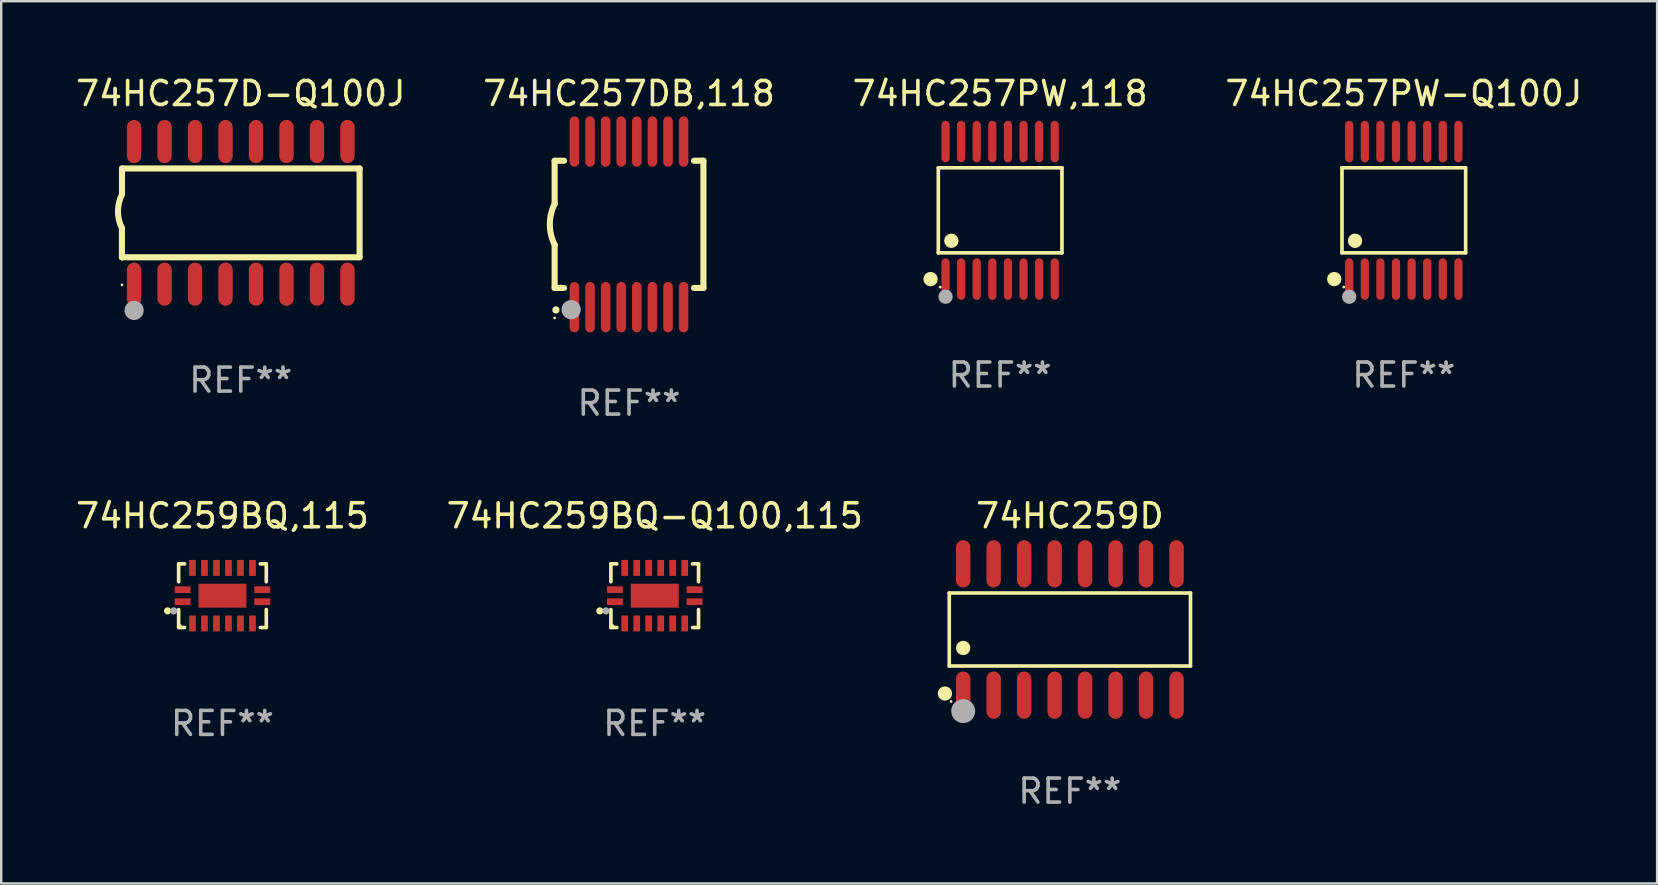
<source format=kicad_pcb>
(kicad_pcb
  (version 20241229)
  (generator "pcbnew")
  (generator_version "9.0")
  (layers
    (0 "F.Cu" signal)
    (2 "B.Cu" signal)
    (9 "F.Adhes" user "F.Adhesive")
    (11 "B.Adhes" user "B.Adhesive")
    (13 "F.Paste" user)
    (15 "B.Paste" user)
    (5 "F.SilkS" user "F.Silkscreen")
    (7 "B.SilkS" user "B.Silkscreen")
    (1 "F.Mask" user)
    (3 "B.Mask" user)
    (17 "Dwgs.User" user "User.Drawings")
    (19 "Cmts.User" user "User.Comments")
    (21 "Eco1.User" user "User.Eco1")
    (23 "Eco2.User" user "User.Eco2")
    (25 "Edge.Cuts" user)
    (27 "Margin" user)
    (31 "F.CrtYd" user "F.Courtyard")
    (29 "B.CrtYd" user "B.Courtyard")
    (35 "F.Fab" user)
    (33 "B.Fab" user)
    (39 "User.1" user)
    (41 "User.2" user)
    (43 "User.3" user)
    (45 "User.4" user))
  (footprint "74HC259D"
    (layer "F.Cu")
    (at 41.531 23.181)
    (property "Reference" "74HC259D" (at 0 -4.736 0) (layer "F.SilkS") (effects (font (size 1 1) (thickness 0.15))))
    (attr through_hole)
    (fp_line (start -5.026 -1.521) (end 5.026 -1.521) (stroke (width 0.152) (type solid)) (layer "F.SilkS"))
    (fp_line (start -5.026 1.521) (end -5.026 -1.521) (stroke (width 0.152) (type solid)) (layer "F.SilkS"))
    (fp_line (start 5.026 -1.521) (end 5.026 1.521) (stroke (width 0.152) (type solid)) (layer "F.SilkS"))
    (fp_line (start 5.026 1.521) (end -5.026 1.521) (stroke (width 0.152) (type solid)) (layer "F.SilkS"))
    (fp_circle (center -5.207 2.667) (end -5.057 2.667) (stroke (width 0.3) (type solid)) (fill no) (layer "F.SilkS"))
    (fp_circle (center -4.95 3) (end -4.92 3) (stroke (width 0.06) (type solid)) (fill no) (layer "F.SilkS"))
    (fp_circle (center -4.445 0.769) (end -4.295 0.769) (stroke (width 0.3) (type solid)) (fill no) (layer "F.SilkS"))
    (fp_circle (center -4.445 3.4) (end -4.195 3.4) (stroke (width 0.5) (type solid)) (fill no) (layer "F.Fab"))
    (fp_text user "REF**" (at 0 6.736 0) (layer "F.Fab") (effects (font (size 1 1) (thickness 0.15))))
    (pad "1" smd oval (at -4.445 2.736) (size 0.602 1.971) (layers "F.Cu" "F.Mask" "F.Paste"))
    (pad "2" smd oval (at -3.175 2.736) (size 0.602 1.971) (layers "F.Cu" "F.Mask" "F.Paste"))
    (pad "3" smd oval (at -1.905 2.736) (size 0.602 1.971) (layers "F.Cu" "F.Mask" "F.Paste"))
    (pad "4" smd oval (at -0.635 2.736) (size 0.602 1.971) (layers "F.Cu" "F.Mask" "F.Paste"))
    (pad "5" smd oval (at 0.635 2.736) (size 0.602 1.971) (layers "F.Cu" "F.Mask" "F.Paste"))
    (pad "6" smd oval (at 1.905 2.736) (size 0.602 1.971) (layers "F.Cu" "F.Mask" "F.Paste"))
    (pad "7" smd oval (at 3.175 2.736) (size 0.602 1.971) (layers "F.Cu" "F.Mask" "F.Paste"))
    (pad "8" smd oval (at 4.445 2.736) (size 0.602 1.971) (layers "F.Cu" "F.Mask" "F.Paste"))
    (pad "9" smd oval (at 4.445 -2.736) (size 0.602 1.971) (layers "F.Cu" "F.Mask" "F.Paste"))
    (pad "10" smd oval (at 3.175 -2.736) (size 0.602 1.971) (layers "F.Cu" "F.Mask" "F.Paste"))
    (pad "11" smd oval (at 1.905 -2.736) (size 0.602 1.971) (layers "F.Cu" "F.Mask" "F.Paste"))
    (pad "12" smd oval (at 0.635 -2.736) (size 0.602 1.971) (layers "F.Cu" "F.Mask" "F.Paste"))
    (pad "13" smd oval (at -0.635 -2.736) (size 0.602 1.971) (layers "F.Cu" "F.Mask" "F.Paste"))
    (pad "14" smd oval (at -1.905 -2.736) (size 0.602 1.971) (layers "F.Cu" "F.Mask" "F.Paste"))
    (pad "15" smd oval (at -3.175 -2.736) (size 0.602 1.971) (layers "F.Cu" "F.Mask" "F.Paste"))
    (pad "16" smd oval (at -4.445 -2.736) (size 0.602 1.971) (layers "F.Cu" "F.Mask" "F.Paste")))
  (footprint "74HC257PW-Q100J"
    (layer "F.Cu")
    (at 55.446 5.714)
    (property "Reference" "74HC257PW-Q100J" (at 0 -4.866 0) (layer "F.SilkS") (effects (font (size 1 1) (thickness 0.15))))
    (attr through_hole)
    (fp_line (start -2.576 -1.772) (end 2.576 -1.772) (stroke (width 0.152) (type solid)) (layer "F.SilkS"))
    (fp_line (start -2.576 1.771) (end -2.576 -1.772) (stroke (width 0.152) (type solid)) (layer "F.SilkS"))
    (fp_line (start 2.576 -1.772) (end 2.576 1.771) (stroke (width 0.152) (type solid)) (layer "F.SilkS"))
    (fp_line (start 2.576 1.771) (end -2.576 1.771) (stroke (width 0.152) (type solid)) (layer "F.SilkS"))
    (fp_circle (center -2.899 2.866) (end -2.749 2.866) (stroke (width 0.3) (type solid)) (fill no) (layer "F.SilkS"))
    (fp_circle (center -2.5 3.2) (end -2.47 3.2) (stroke (width 0.06) (type solid)) (fill no) (layer "F.SilkS"))
    (fp_circle (center -2.032 1.27) (end -1.882 1.27) (stroke (width 0.3) (type solid)) (fill no) (layer "F.SilkS"))
    (fp_circle (center -2.275 3.6) (end -2.125 3.6) (stroke (width 0.3) (type solid)) (fill no) (layer "F.Fab"))
    (fp_text user "REF**" (at 0 6.866 0) (layer "F.Fab") (effects (font (size 1 1) (thickness 0.15))))
    (pad "1" smd oval (at -2.275 2.866) (size 0.343 1.731) (layers "F.Cu" "F.Mask" "F.Paste"))
    (pad "2" smd oval (at -1.625 2.866) (size 0.343 1.731) (layers "F.Cu" "F.Mask" "F.Paste"))
    (pad "3" smd oval (at -0.975 2.866) (size 0.343 1.731) (layers "F.Cu" "F.Mask" "F.Paste"))
    (pad "4" smd oval (at -0.325 2.866) (size 0.343 1.731) (layers "F.Cu" "F.Mask" "F.Paste"))
    (pad "5" smd oval (at 0.325 2.866) (size 0.343 1.731) (layers "F.Cu" "F.Mask" "F.Paste"))
    (pad "6" smd oval (at 0.975 2.866) (size 0.343 1.731) (layers "F.Cu" "F.Mask" "F.Paste"))
    (pad "7" smd oval (at 1.625 2.866) (size 0.343 1.731) (layers "F.Cu" "F.Mask" "F.Paste"))
    (pad "8" smd oval (at 2.275 2.866) (size 0.343 1.731) (layers "F.Cu" "F.Mask" "F.Paste"))
    (pad "9" smd oval (at 2.275 -2.866) (size 0.343 1.731) (layers "F.Cu" "F.Mask" "F.Paste"))
    (pad "10" smd oval (at 1.625 -2.866) (size 0.343 1.731) (layers "F.Cu" "F.Mask" "F.Paste"))
    (pad "11" smd oval (at 0.975 -2.866) (size 0.343 1.731) (layers "F.Cu" "F.Mask" "F.Paste"))
    (pad "12" smd oval (at 0.325 -2.866) (size 0.343 1.731) (layers "F.Cu" "F.Mask" "F.Paste"))
    (pad "13" smd oval (at -0.325 -2.866) (size 0.343 1.731) (layers "F.Cu" "F.Mask" "F.Paste"))
    (pad "14" smd oval (at -0.975 -2.866) (size 0.343 1.731) (layers "F.Cu" "F.Mask" "F.Paste"))
    (pad "15" smd oval (at -1.625 -2.866) (size 0.343 1.731) (layers "F.Cu" "F.Mask" "F.Paste"))
    (pad "16" smd oval (at -2.275 -2.866) (size 0.343 1.731) (layers "F.Cu" "F.Mask" "F.Paste")))
  (footprint "74HC259BQ-Q100,115"
    (layer "F.Cu")
    (at 24.232 21.771)
    (property "Reference" "74HC259BQ-Q100,115" (at 0 -3.326 0) (layer "F.SilkS") (effects (font (size 1 1) (thickness 0.15))))
    (attr through_hole)
    (fp_line (start -1.826 -1.326) (end -1.58 -1.326) (stroke (width 0.152) (type solid)) (layer "F.SilkS"))
    (fp_line (start -1.826 -0.58) (end -1.826 -1.326) (stroke (width 0.152) (type solid)) (layer "F.SilkS"))
    (fp_line (start -1.826 0.58) (end -1.826 1.326) (stroke (width 0.152) (type solid)) (layer "F.SilkS"))
    (fp_line (start -1.826 1.326) (end -1.58 1.326) (stroke (width 0.152) (type solid)) (layer "F.SilkS"))
    (fp_line (start 1.826 -1.326) (end 1.58 -1.326) (stroke (width 0.152) (type solid)) (layer "F.SilkS"))
    (fp_line (start 1.826 -0.58) (end 1.826 -1.326) (stroke (width 0.152) (type solid)) (layer "F.SilkS"))
    (fp_line (start 1.826 0.58) (end 1.826 1.326) (stroke (width 0.152) (type solid)) (layer "F.SilkS"))
    (fp_line (start 1.826 1.326) (end 1.58 1.326) (stroke (width 0.152) (type solid)) (layer "F.SilkS"))
    (fp_circle (center -2.286 0.635) (end -2.211 0.635) (stroke (width 0.15) (type solid)) (fill no) (layer "F.SilkS"))
    (fp_circle (center -1.75 1.25) (end -1.72 1.25) (stroke (width 0.06) (type solid)) (fill no) (layer "F.SilkS"))
    (fp_circle (center -2.032 0.635) (end -1.957 0.635) (stroke (width 0.15) (type solid)) (fill no) (layer "F.Fab"))
    (fp_text user "REF**" (at 0 5.326 0) (layer "F.Fab") (effects (font (size 1 1) (thickness 0.15))))
    (pad "1" smd rect (at -1.658 0.25) (size 0.665 0.28) (layers "F.Cu" "F.Mask" "F.Paste"))
    (pad "2" smd rect (at -1.25 1.157) (size 0.28 0.665) (layers "F.Cu" "F.Mask" "F.Paste"))
    (pad "3" smd rect (at -0.75 1.157) (size 0.28 0.665) (layers "F.Cu" "F.Mask" "F.Paste"))
    (pad "4" smd rect (at -0.25 1.157) (size 0.28 0.665) (layers "F.Cu" "F.Mask" "F.Paste"))
    (pad "5" smd rect (at 0.25 1.157) (size 0.28 0.665) (layers "F.Cu" "F.Mask" "F.Paste"))
    (pad "6" smd rect (at 0.75 1.157) (size 0.28 0.665) (layers "F.Cu" "F.Mask" "F.Paste"))
    (pad "7" smd rect (at 1.25 1.157) (size 0.28 0.665) (layers "F.Cu" "F.Mask" "F.Paste"))
    (pad "8" smd rect (at 1.658 0.25) (size 0.665 0.28) (layers "F.Cu" "F.Mask" "F.Paste"))
    (pad "9" smd rect (at 1.658 -0.25) (size 0.665 0.28) (layers "F.Cu" "F.Mask" "F.Paste"))
    (pad "10" smd rect (at 1.25 -1.157) (size 0.28 0.665) (layers "F.Cu" "F.Mask" "F.Paste"))
    (pad "11" smd rect (at 0.75 -1.157) (size 0.28 0.665) (layers "F.Cu" "F.Mask" "F.Paste"))
    (pad "12" smd rect (at 0.25 -1.157) (size 0.28 0.665) (layers "F.Cu" "F.Mask" "F.Paste"))
    (pad "13" smd rect (at -0.25 -1.157) (size 0.28 0.665) (layers "F.Cu" "F.Mask" "F.Paste"))
    (pad "14" smd rect (at -0.75 -1.157) (size 0.28 0.665) (layers "F.Cu" "F.Mask" "F.Paste"))
    (pad "15" smd rect (at -1.25 -1.157) (size 0.28 0.665) (layers "F.Cu" "F.Mask" "F.Paste"))
    (pad "16" smd rect (at -1.658 -0.25) (size 0.665 0.28) (layers "F.Cu" "F.Mask" "F.Paste"))
    (pad "17" smd rect (at 0 0) (size 2 1) (layers "F.Cu" "F.Mask" "F.Paste")))
  (footprint "74HC257D-Q100J"
    (layer "F.Cu")
    (at 6.982 5.82)
    (property "Reference" "74HC257D-Q100J" (at 0 -4.972 0) (layer "F.SilkS") (effects (font (size 1 1) (thickness 0.15))))
    (attr through_hole)
    (fp_line (start -4.952 0.635) (end -4.952 1.85) (stroke (width 0.254) (type solid)) (layer "F.SilkS"))
    (fp_line (start -4.952 1.85) (end -4.949 1.85) (stroke (width 0.254) (type solid)) (layer "F.SilkS"))
    (fp_line (start -4.949 -1.85) (end -4.949 -0.762) (stroke (width 0.254) (type solid)) (layer "F.SilkS"))
    (fp_line (start -4.949 1.85) (end 4.952 1.85) (stroke (width 0.254) (type solid)) (layer "F.SilkS"))
    (fp_line (start 4.952 -1.85) (end -4.949 -1.85) (stroke (width 0.254) (type solid)) (layer "F.SilkS"))
    (fp_line (start 4.952 1.85) (end 4.952 -1.85) (stroke (width 0.254) (type solid)) (layer "F.SilkS"))
    (fp_arc (start -4.951524 0.635001) (mid -5.116418 -0.0635) (end -4.951524 -0.762002) (stroke (width 0.254001) (type solid)) (layer "F.SilkS"))
    (fp_circle (center -4.949 3) (end -4.919 3) (stroke (width 0.06) (type solid)) (fill no) (layer "F.SilkS"))
    (fp_circle (center -4.444 4.064) (end -4.244 4.064) (stroke (width 0.4) (type solid)) (fill no) (layer "F.Fab"))
    (fp_text user "REF**" (at 0 6.972 0) (layer "F.Fab") (effects (font (size 1 1) (thickness 0.15))))
    (pad "1" smd oval (at -4.444 2.972 180) (size 0.6 1.8) (layers "F.Cu" "F.Mask" "F.Paste"))
    (pad "2" smd oval (at -3.174 2.972 180) (size 0.6 1.8) (layers "F.Cu" "F.Mask" "F.Paste"))
    (pad "3" smd oval (at -1.904 2.972 180) (size 0.6 1.8) (layers "F.Cu" "F.Mask" "F.Paste"))
    (pad "4" smd oval (at -0.634 2.972 180) (size 0.6 1.8) (layers "F.Cu" "F.Mask" "F.Paste"))
    (pad "5" smd oval (at 0.636 2.972 180) (size 0.6 1.8) (layers "F.Cu" "F.Mask" "F.Paste"))
    (pad "6" smd oval (at 1.906 2.972 180) (size 0.6 1.8) (layers "F.Cu" "F.Mask" "F.Paste"))
    (pad "7" smd oval (at 3.176 2.972 180) (size 0.6 1.8) (layers "F.Cu" "F.Mask" "F.Paste"))
    (pad "8" smd oval (at 4.446 2.972 180) (size 0.6 1.8) (layers "F.Cu" "F.Mask" "F.Paste"))
    (pad "9" smd oval (at 4.446 -2.972 180) (size 0.6 1.8) (layers "F.Cu" "F.Mask" "F.Paste"))
    (pad "10" smd oval (at 3.176 -2.972 180) (size 0.6 1.8) (layers "F.Cu" "F.Mask" "F.Paste"))
    (pad "11" smd oval (at 1.906 -2.972 180) (size 0.6 1.8) (layers "F.Cu" "F.Mask" "F.Paste"))
    (pad "12" smd oval (at 0.636 -2.972 180) (size 0.6 1.8) (layers "F.Cu" "F.Mask" "F.Paste"))
    (pad "13" smd oval (at -0.634 -2.972 180) (size 0.6 1.8) (layers "F.Cu" "F.Mask" "F.Paste"))
    (pad "14" smd oval (at -1.904 -2.972 180) (size 0.6 1.8) (layers "F.Cu" "F.Mask" "F.Paste"))
    (pad "15" smd oval (at -3.174 -2.972 180) (size 0.6 1.8) (layers "F.Cu" "F.Mask" "F.Paste"))
    (pad "16" smd oval (at -4.444 -2.972 180) (size 0.6 1.8) (layers "F.Cu" "F.Mask" "F.Paste")))
  (footprint "74HC257PW,118"
    (layer "F.Cu")
    (at 38.625 5.714)
    (property "Reference" "74HC257PW,118" (at 0 -4.866 0) (layer "F.SilkS") (effects (font (size 1 1) (thickness 0.15))))
    (attr through_hole)
    (fp_line (start -2.576 -1.772) (end 2.576 -1.772) (stroke (width 0.152) (type solid)) (layer "F.SilkS"))
    (fp_line (start -2.576 1.771) (end -2.576 -1.772) (stroke (width 0.152) (type solid)) (layer "F.SilkS"))
    (fp_line (start 2.576 -1.772) (end 2.576 1.771) (stroke (width 0.152) (type solid)) (layer "F.SilkS"))
    (fp_line (start 2.576 1.771) (end -2.576 1.771) (stroke (width 0.152) (type solid)) (layer "F.SilkS"))
    (fp_circle (center -2.899 2.866) (end -2.749 2.866) (stroke (width 0.3) (type solid)) (fill no) (layer "F.SilkS"))
    (fp_circle (center -2.5 3.2) (end -2.47 3.2) (stroke (width 0.06) (type solid)) (fill no) (layer "F.SilkS"))
    (fp_circle (center -2.032 1.27) (end -1.882 1.27) (stroke (width 0.3) (type solid)) (fill no) (layer "F.SilkS"))
    (fp_circle (center -2.275 3.6) (end -2.125 3.6) (stroke (width 0.3) (type solid)) (fill no) (layer "F.Fab"))
    (fp_text user "REF**" (at 0 6.866 0) (layer "F.Fab") (effects (font (size 1 1) (thickness 0.15))))
    (pad "1" smd oval (at -2.275 2.866) (size 0.343 1.731) (layers "F.Cu" "F.Mask" "F.Paste"))
    (pad "2" smd oval (at -1.625 2.866) (size 0.343 1.731) (layers "F.Cu" "F.Mask" "F.Paste"))
    (pad "3" smd oval (at -0.975 2.866) (size 0.343 1.731) (layers "F.Cu" "F.Mask" "F.Paste"))
    (pad "4" smd oval (at -0.325 2.866) (size 0.343 1.731) (layers "F.Cu" "F.Mask" "F.Paste"))
    (pad "5" smd oval (at 0.325 2.866) (size 0.343 1.731) (layers "F.Cu" "F.Mask" "F.Paste"))
    (pad "6" smd oval (at 0.975 2.866) (size 0.343 1.731) (layers "F.Cu" "F.Mask" "F.Paste"))
    (pad "7" smd oval (at 1.625 2.866) (size 0.343 1.731) (layers "F.Cu" "F.Mask" "F.Paste"))
    (pad "8" smd oval (at 2.275 2.866) (size 0.343 1.731) (layers "F.Cu" "F.Mask" "F.Paste"))
    (pad "9" smd oval (at 2.275 -2.866) (size 0.343 1.731) (layers "F.Cu" "F.Mask" "F.Paste"))
    (pad "10" smd oval (at 1.625 -2.866) (size 0.343 1.731) (layers "F.Cu" "F.Mask" "F.Paste"))
    (pad "11" smd oval (at 0.975 -2.866) (size 0.343 1.731) (layers "F.Cu" "F.Mask" "F.Paste"))
    (pad "12" smd oval (at 0.325 -2.866) (size 0.343 1.731) (layers "F.Cu" "F.Mask" "F.Paste"))
    (pad "13" smd oval (at -0.325 -2.866) (size 0.343 1.731) (layers "F.Cu" "F.Mask" "F.Paste"))
    (pad "14" smd oval (at -0.975 -2.866) (size 0.343 1.731) (layers "F.Cu" "F.Mask" "F.Paste"))
    (pad "15" smd oval (at -1.625 -2.866) (size 0.343 1.731) (layers "F.Cu" "F.Mask" "F.Paste"))
    (pad "16" smd oval (at -2.275 -2.866) (size 0.343 1.731) (layers "F.Cu" "F.Mask" "F.Paste")))
  (footprint "74HC259BQ,115"
    (layer "F.Cu")
    (at 6.22 21.771)
    (property "Reference" "74HC259BQ,115" (at 0 -3.326 0) (layer "F.SilkS") (effects (font (size 1 1) (thickness 0.15))))
    (attr through_hole)
    (fp_line (start -1.826 -1.326) (end -1.58 -1.326) (stroke (width 0.152) (type solid)) (layer "F.SilkS"))
    (fp_line (start -1.826 -0.58) (end -1.826 -1.326) (stroke (width 0.152) (type solid)) (layer "F.SilkS"))
    (fp_line (start -1.826 0.58) (end -1.826 1.326) (stroke (width 0.152) (type solid)) (layer "F.SilkS"))
    (fp_line (start -1.826 1.326) (end -1.58 1.326) (stroke (width 0.152) (type solid)) (layer "F.SilkS"))
    (fp_line (start 1.826 -1.326) (end 1.58 -1.326) (stroke (width 0.152) (type solid)) (layer "F.SilkS"))
    (fp_line (start 1.826 -0.58) (end 1.826 -1.326) (stroke (width 0.152) (type solid)) (layer "F.SilkS"))
    (fp_line (start 1.826 0.58) (end 1.826 1.326) (stroke (width 0.152) (type solid)) (layer "F.SilkS"))
    (fp_line (start 1.826 1.326) (end 1.58 1.326) (stroke (width 0.152) (type solid)) (layer "F.SilkS"))
    (fp_circle (center -2.286 0.635) (end -2.211 0.635) (stroke (width 0.15) (type solid)) (fill no) (layer "F.SilkS"))
    (fp_circle (center -1.75 1.25) (end -1.72 1.25) (stroke (width 0.06) (type solid)) (fill no) (layer "F.SilkS"))
    (fp_circle (center -2.032 0.635) (end -1.957 0.635) (stroke (width 0.15) (type solid)) (fill no) (layer "F.Fab"))
    (fp_text user "REF**" (at 0 5.326 0) (layer "F.Fab") (effects (font (size 1 1) (thickness 0.15))))
    (pad "1" smd rect (at -1.658 0.25) (size 0.665 0.28) (layers "F.Cu" "F.Mask" "F.Paste"))
    (pad "2" smd rect (at -1.25 1.157) (size 0.28 0.665) (layers "F.Cu" "F.Mask" "F.Paste"))
    (pad "3" smd rect (at -0.75 1.157) (size 0.28 0.665) (layers "F.Cu" "F.Mask" "F.Paste"))
    (pad "4" smd rect (at -0.25 1.157) (size 0.28 0.665) (layers "F.Cu" "F.Mask" "F.Paste"))
    (pad "5" smd rect (at 0.25 1.157) (size 0.28 0.665) (layers "F.Cu" "F.Mask" "F.Paste"))
    (pad "6" smd rect (at 0.75 1.157) (size 0.28 0.665) (layers "F.Cu" "F.Mask" "F.Paste"))
    (pad "7" smd rect (at 1.25 1.157) (size 0.28 0.665) (layers "F.Cu" "F.Mask" "F.Paste"))
    (pad "8" smd rect (at 1.658 0.25) (size 0.665 0.28) (layers "F.Cu" "F.Mask" "F.Paste"))
    (pad "9" smd rect (at 1.658 -0.25) (size 0.665 0.28) (layers "F.Cu" "F.Mask" "F.Paste"))
    (pad "10" smd rect (at 1.25 -1.157) (size 0.28 0.665) (layers "F.Cu" "F.Mask" "F.Paste"))
    (pad "11" smd rect (at 0.75 -1.157) (size 0.28 0.665) (layers "F.Cu" "F.Mask" "F.Paste"))
    (pad "12" smd rect (at 0.25 -1.157) (size 0.28 0.665) (layers "F.Cu" "F.Mask" "F.Paste"))
    (pad "13" smd rect (at -0.25 -1.157) (size 0.28 0.665) (layers "F.Cu" "F.Mask" "F.Paste"))
    (pad "14" smd rect (at -0.75 -1.157) (size 0.28 0.665) (layers "F.Cu" "F.Mask" "F.Paste"))
    (pad "15" smd rect (at -1.25 -1.157) (size 0.28 0.665) (layers "F.Cu" "F.Mask" "F.Paste"))
    (pad "16" smd rect (at -1.658 -0.25) (size 0.665 0.28) (layers "F.Cu" "F.Mask" "F.Paste"))
    (pad "17" smd rect (at 0 0) (size 2 1) (layers "F.Cu" "F.Mask" "F.Paste")))
  (footprint "74HC257DB,118"
    (layer "F.Cu")
    (at 23.161 6.298)
    (property "Reference" "74HC257DB,118" (at 0 -5.45 0) (layer "F.SilkS") (effects (font (size 1 1) (thickness 0.15))))
    (attr through_hole)
    (fp_line (start -3.1 -2.65) (end -3.1 -0.85) (stroke (width 0.254) (type solid)) (layer "F.SilkS"))
    (fp_line (start -3.1 -2.65) (end -2.706 -2.65) (stroke (width 0.254) (type solid)) (layer "F.SilkS"))
    (fp_line (start -3.1 2.65) (end -3.1 0.85) (stroke (width 0.254) (type solid)) (layer "F.SilkS"))
    (fp_line (start -3.1 2.65) (end -2.706 2.65) (stroke (width 0.254) (type solid)) (layer "F.SilkS"))
    (fp_line (start 2.706 -2.65) (end 3.1 -2.65) (stroke (width 0.254) (type solid)) (layer "F.SilkS"))
    (fp_line (start 2.706 2.65) (end 3.1 2.65) (stroke (width 0.254) (type solid)) (layer "F.SilkS"))
    (fp_line (start 3.1 -2.65) (end 3.1 2.65) (stroke (width 0.254) (type solid)) (layer "F.SilkS"))
    (fp_arc (start -3.098907 0.850902) (mid -3.300057 0.000523) (end -3.1 -0.850114) (stroke (width 0.254001) (type solid)) (layer "F.SilkS"))
    (fp_arc (start -3.048006 3.566066) (mid -3.046736 3.566061) (end -3.045466 3.566066) (stroke (width 0.3) (type solid)) (layer "F.SilkS"))
    (fp_circle (center -3.1 3.9) (end -3.07 3.9) (stroke (width 0.06) (type solid)) (fill no) (layer "F.SilkS"))
    (fp_circle (center -2.413 3.556) (end -2.213 3.556) (stroke (width 0.4) (type solid)) (fill no) (layer "F.Fab"))
    (fp_text user "REF**" (at 0 7.45 0) (layer "F.Fab") (effects (font (size 1 1) (thickness 0.15))))
    (pad "1" smd oval (at -2.275 3.45 180) (size 0.4 2.1) (layers "F.Cu" "F.Mask" "F.Paste"))
    (pad "2" smd oval (at -1.625 3.45 180) (size 0.4 2.1) (layers "F.Cu" "F.Mask" "F.Paste"))
    (pad "3" smd oval (at -0.975 3.45 180) (size 0.4 2.1) (layers "F.Cu" "F.Mask" "F.Paste"))
    (pad "4" smd oval (at -0.325 3.45 180) (size 0.4 2.1) (layers "F.Cu" "F.Mask" "F.Paste"))
    (pad "5" smd oval (at 0.325 3.45 180) (size 0.4 2.1) (layers "F.Cu" "F.Mask" "F.Paste"))
    (pad "6" smd oval (at 0.975 3.45 180) (size 0.4 2.1) (layers "F.Cu" "F.Mask" "F.Paste"))
    (pad "7" smd oval (at 1.625 3.45 180) (size 0.4 2.1) (layers "F.Cu" "F.Mask" "F.Paste"))
    (pad "8" smd oval (at 2.275 3.45 180) (size 0.4 2.1) (layers "F.Cu" "F.Mask" "F.Paste"))
    (pad "9" smd oval (at 2.275 -3.45 180) (size 0.4 2.1) (layers "F.Cu" "F.Mask" "F.Paste"))
    (pad "10" smd oval (at 1.625 -3.45 180) (size 0.4 2.1) (layers "F.Cu" "F.Mask" "F.Paste"))
    (pad "11" smd oval (at 0.975 -3.45 180) (size 0.4 2.1) (layers "F.Cu" "F.Mask" "F.Paste"))
    (pad "12" smd oval (at 0.325 -3.45 180) (size 0.4 2.1) (layers "F.Cu" "F.Mask" "F.Paste"))
    (pad "13" smd oval (at -0.325 -3.45 180) (size 0.4 2.1) (layers "F.Cu" "F.Mask" "F.Paste"))
    (pad "14" smd oval (at -0.975 -3.45 180) (size 0.4 2.1) (layers "F.Cu" "F.Mask" "F.Paste"))
    (pad "15" smd oval (at -1.625 -3.45 180) (size 0.4 2.1) (layers "F.Cu" "F.Mask" "F.Paste"))
    (pad "16" smd oval (at -2.275 -3.45 180) (size 0.4 2.1) (layers "F.Cu" "F.Mask" "F.Paste")))
  (gr_rect
    (start -3 -3)
    (end 66 33.764)
    (stroke (width 0.1) (type default))
    (fill no)
    (layer "Edge.Cuts")))
</source>
